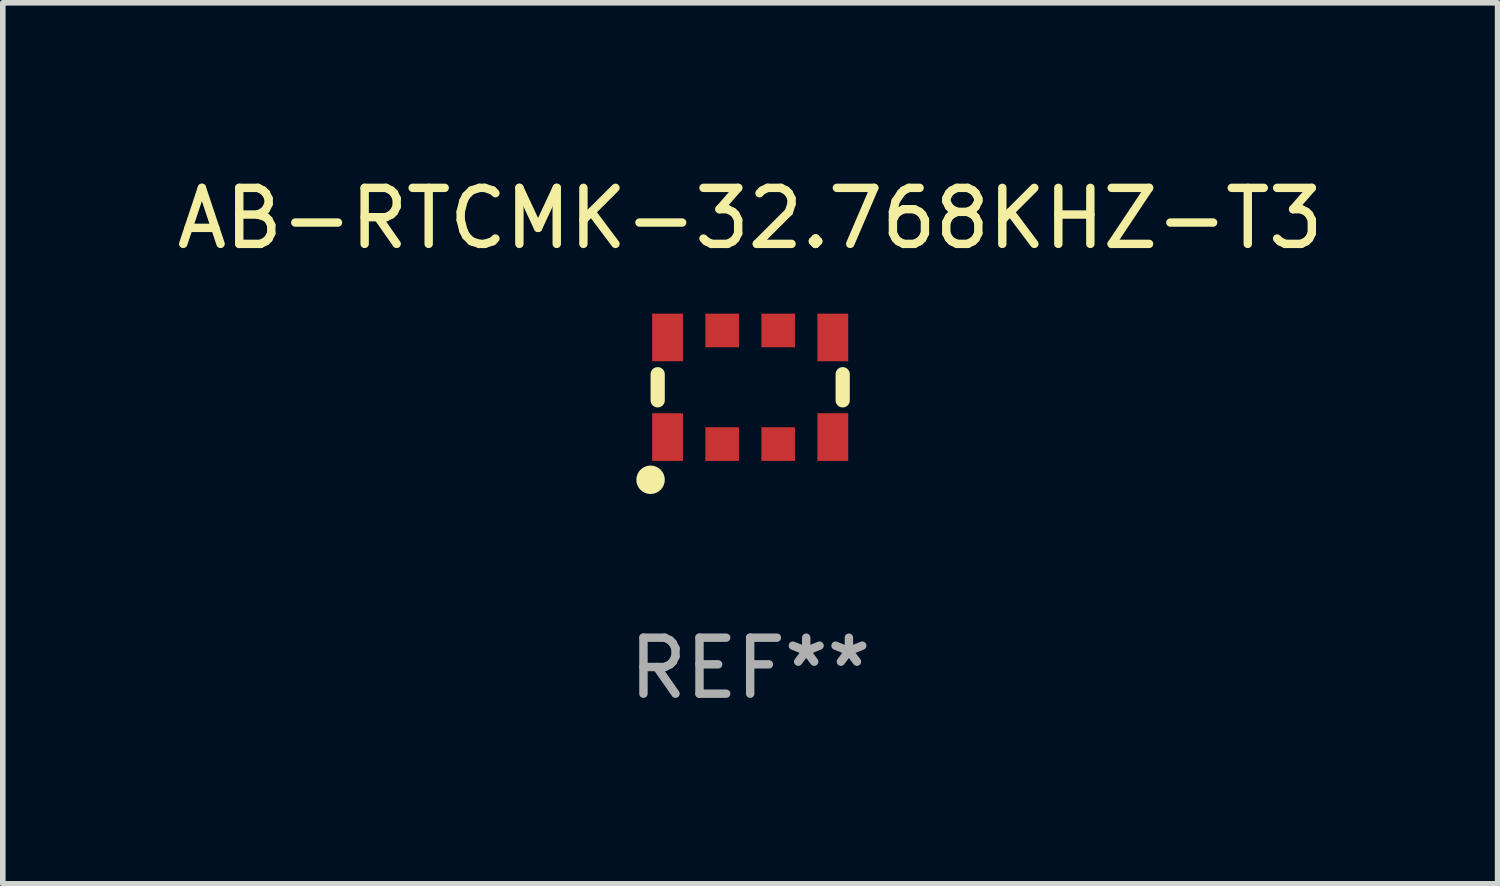
<source format=kicad_pcb>
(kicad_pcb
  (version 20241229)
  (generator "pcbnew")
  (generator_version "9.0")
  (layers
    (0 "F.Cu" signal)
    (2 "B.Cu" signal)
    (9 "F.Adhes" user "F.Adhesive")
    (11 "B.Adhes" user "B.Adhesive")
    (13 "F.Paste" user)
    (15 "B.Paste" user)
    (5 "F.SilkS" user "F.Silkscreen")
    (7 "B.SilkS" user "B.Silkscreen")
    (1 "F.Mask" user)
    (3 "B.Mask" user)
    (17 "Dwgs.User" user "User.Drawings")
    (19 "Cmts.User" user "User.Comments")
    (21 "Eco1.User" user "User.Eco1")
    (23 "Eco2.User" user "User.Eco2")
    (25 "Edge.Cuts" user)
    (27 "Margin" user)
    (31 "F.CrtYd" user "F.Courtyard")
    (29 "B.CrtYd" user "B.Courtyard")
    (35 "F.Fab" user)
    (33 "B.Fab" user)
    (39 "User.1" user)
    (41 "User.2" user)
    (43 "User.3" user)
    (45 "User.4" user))
  (footprint "AB-RTCMK-32.768KHZ-T3"
    (layer "F.Cu")
    (at 10.339 3.862)
    (property "Reference" "AB-RTCMK-32.768KHZ-T3" (at 0 -3.014 0) (layer "F.SilkS") (effects (font (size 1 1) (thickness 0.15))))
    (attr through_hole)
    (fp_line (start -1.651 -0.233) (end -1.651 0.233) (stroke (width 0.254) (type solid)) (layer "F.SilkS"))
    (fp_line (start 1.651 -0.233) (end 1.651 0.233) (stroke (width 0.254) (type solid)) (layer "F.SilkS"))
    (fp_circle (center -1.778 1.651) (end -1.651 1.651) (stroke (width 0.254) (type solid)) (fill no) (layer "F.SilkS"))
    (fp_text user "REF**" (at 0 5.014 0) (layer "F.Fab") (effects (font (size 1 1) (thickness 0.15))))
    (pad "1" smd rect (at -1.475 0.889) (size 0.55 0.85) (layers "F.Cu" "F.Mask" "F.Paste"))
    (pad "2" smd rect (at -0.5 1.014) (size 0.6 0.6) (layers "F.Cu" "F.Mask" "F.Paste"))
    (pad "3" smd rect (at 0.5 1.014) (size 0.6 0.6) (layers "F.Cu" "F.Mask" "F.Paste"))
    (pad "4" smd rect (at 1.475 0.889) (size 0.55 0.85) (layers "F.Cu" "F.Mask" "F.Paste"))
    (pad "5" smd rect (at 1.475 -0.889) (size 0.55 0.85) (layers "F.Cu" "F.Mask" "F.Paste"))
    (pad "6" smd rect (at 0.5 -1.014) (size 0.6 0.6) (layers "F.Cu" "F.Mask" "F.Paste"))
    (pad "7" smd rect (at -0.5 -1.014) (size 0.6 0.6) (layers "F.Cu" "F.Mask" "F.Paste"))
    (pad "8" smd rect (at -1.475 -0.889) (size 0.55 0.85) (layers "F.Cu" "F.Mask" "F.Paste")))
  (gr_rect
    (start -3 -3)
    (end 23.679 12.724)
    (stroke (width 0.1) (type default))
    (fill no)
    (layer "Edge.Cuts")))
</source>
